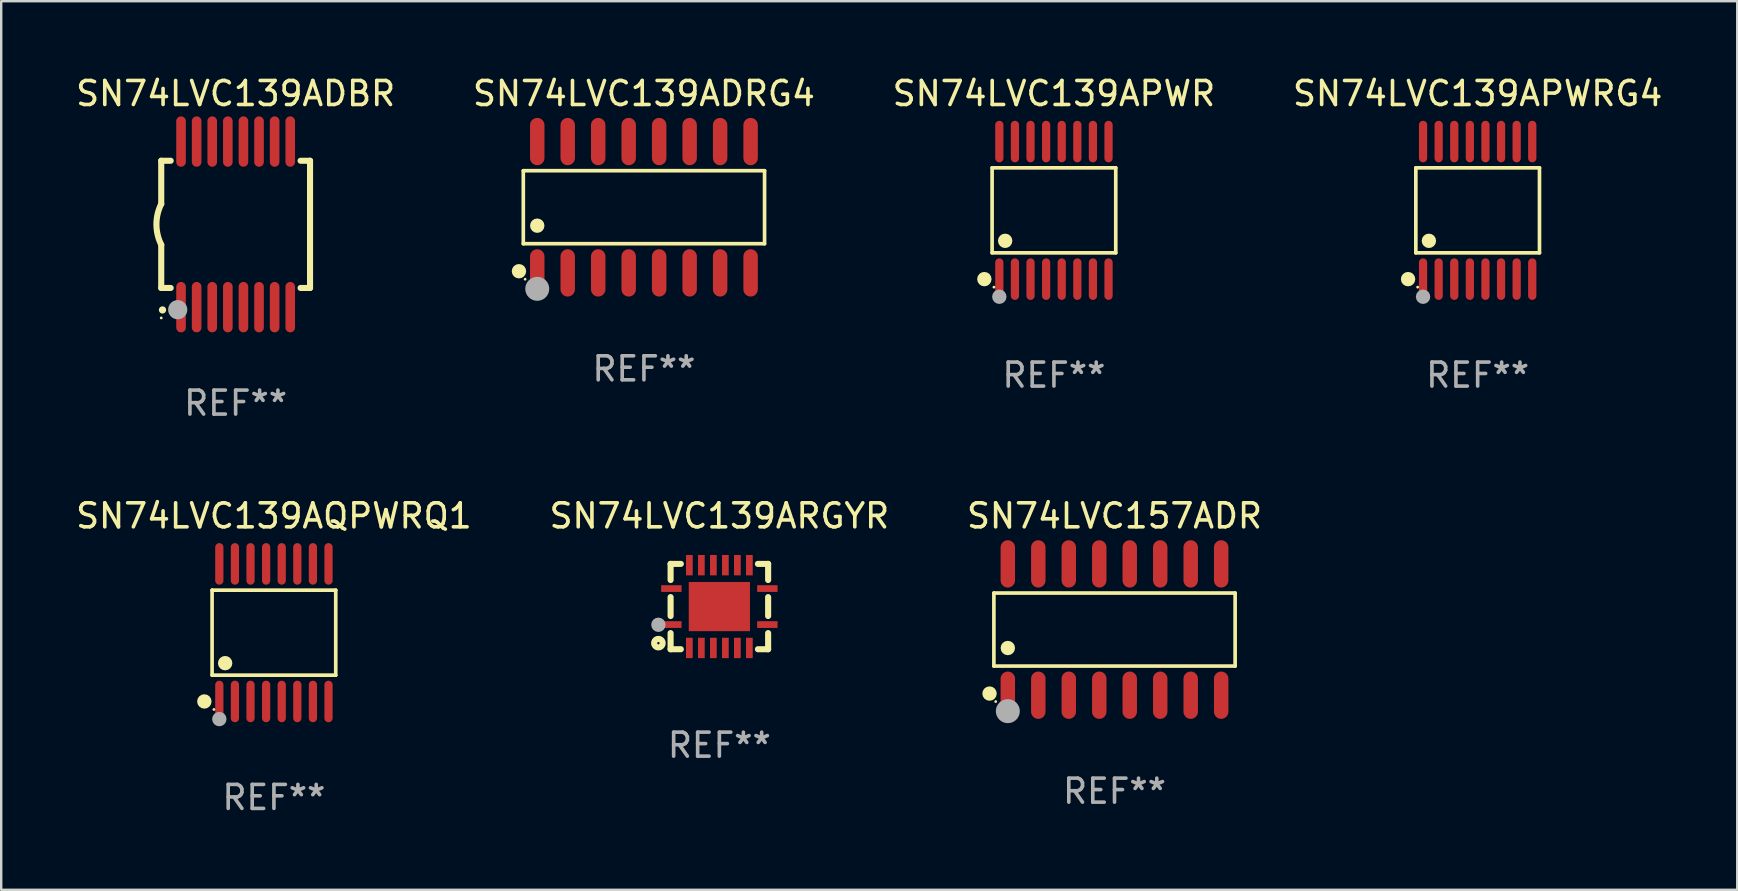
<source format=kicad_pcb>
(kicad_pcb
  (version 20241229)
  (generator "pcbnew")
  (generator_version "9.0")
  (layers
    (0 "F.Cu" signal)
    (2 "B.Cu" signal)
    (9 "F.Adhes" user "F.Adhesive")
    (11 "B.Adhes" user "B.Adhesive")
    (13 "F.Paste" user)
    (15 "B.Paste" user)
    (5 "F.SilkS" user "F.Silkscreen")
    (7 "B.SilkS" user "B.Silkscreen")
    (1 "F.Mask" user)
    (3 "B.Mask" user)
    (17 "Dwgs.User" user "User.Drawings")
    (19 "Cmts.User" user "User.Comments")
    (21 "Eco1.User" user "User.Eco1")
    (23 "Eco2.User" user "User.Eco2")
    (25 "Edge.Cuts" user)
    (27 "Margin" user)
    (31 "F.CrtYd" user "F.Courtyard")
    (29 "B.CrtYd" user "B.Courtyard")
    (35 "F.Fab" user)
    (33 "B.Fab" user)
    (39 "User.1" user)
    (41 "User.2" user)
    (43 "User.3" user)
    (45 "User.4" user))
  (footprint "SN74LVC157ADR"
    (layer "F.Cu")
    (at 43.387 23.181)
    (property "Reference" "SN74LVC157ADR" (at 0 -4.736 0) (layer "F.SilkS") (effects (font (size 1 1) (thickness 0.15))))
    (attr through_hole)
    (fp_line (start -5.026 -1.521) (end 5.026 -1.521) (stroke (width 0.152) (type solid)) (layer "F.SilkS"))
    (fp_line (start -5.026 1.521) (end -5.026 -1.521) (stroke (width 0.152) (type solid)) (layer "F.SilkS"))
    (fp_line (start 5.026 -1.521) (end 5.026 1.521) (stroke (width 0.152) (type solid)) (layer "F.SilkS"))
    (fp_line (start 5.026 1.521) (end -5.026 1.521) (stroke (width 0.152) (type solid)) (layer "F.SilkS"))
    (fp_circle (center -5.207 2.667) (end -5.057 2.667) (stroke (width 0.3) (type solid)) (fill no) (layer "F.SilkS"))
    (fp_circle (center -4.95 3) (end -4.92 3) (stroke (width 0.06) (type solid)) (fill no) (layer "F.SilkS"))
    (fp_circle (center -4.445 0.769) (end -4.295 0.769) (stroke (width 0.3) (type solid)) (fill no) (layer "F.SilkS"))
    (fp_circle (center -4.445 3.4) (end -4.195 3.4) (stroke (width 0.5) (type solid)) (fill no) (layer "F.Fab"))
    (fp_text user "REF**" (at 0 6.736 0) (layer "F.Fab") (effects (font (size 1 1) (thickness 0.15))))
    (pad "1" smd oval (at -4.445 2.736) (size 0.602 1.971) (layers "F.Cu" "F.Mask" "F.Paste"))
    (pad "2" smd oval (at -3.175 2.736) (size 0.602 1.971) (layers "F.Cu" "F.Mask" "F.Paste"))
    (pad "3" smd oval (at -1.905 2.736) (size 0.602 1.971) (layers "F.Cu" "F.Mask" "F.Paste"))
    (pad "4" smd oval (at -0.635 2.736) (size 0.602 1.971) (layers "F.Cu" "F.Mask" "F.Paste"))
    (pad "5" smd oval (at 0.635 2.736) (size 0.602 1.971) (layers "F.Cu" "F.Mask" "F.Paste"))
    (pad "6" smd oval (at 1.905 2.736) (size 0.602 1.971) (layers "F.Cu" "F.Mask" "F.Paste"))
    (pad "7" smd oval (at 3.175 2.736) (size 0.602 1.971) (layers "F.Cu" "F.Mask" "F.Paste"))
    (pad "8" smd oval (at 4.445 2.736) (size 0.602 1.971) (layers "F.Cu" "F.Mask" "F.Paste"))
    (pad "9" smd oval (at 4.445 -2.736) (size 0.602 1.971) (layers "F.Cu" "F.Mask" "F.Paste"))
    (pad "10" smd oval (at 3.175 -2.736) (size 0.602 1.971) (layers "F.Cu" "F.Mask" "F.Paste"))
    (pad "11" smd oval (at 1.905 -2.736) (size 0.602 1.971) (layers "F.Cu" "F.Mask" "F.Paste"))
    (pad "12" smd oval (at 0.635 -2.736) (size 0.602 1.971) (layers "F.Cu" "F.Mask" "F.Paste"))
    (pad "13" smd oval (at -0.635 -2.736) (size 0.602 1.971) (layers "F.Cu" "F.Mask" "F.Paste"))
    (pad "14" smd oval (at -1.905 -2.736) (size 0.602 1.971) (layers "F.Cu" "F.Mask" "F.Paste"))
    (pad "15" smd oval (at -3.175 -2.736) (size 0.602 1.971) (layers "F.Cu" "F.Mask" "F.Paste"))
    (pad "16" smd oval (at -4.445 -2.736) (size 0.602 1.971) (layers "F.Cu" "F.Mask" "F.Paste")))
  (footprint "SN74LVC139APWR"
    (layer "F.Cu")
    (at 40.863 5.714)
    (property "Reference" "SN74LVC139APWR" (at 0 -4.866 0) (layer "F.SilkS") (effects (font (size 1 1) (thickness 0.15))))
    (attr through_hole)
    (fp_line (start -2.576 -1.772) (end 2.576 -1.772) (stroke (width 0.152) (type solid)) (layer "F.SilkS"))
    (fp_line (start -2.576 1.771) (end -2.576 -1.772) (stroke (width 0.152) (type solid)) (layer "F.SilkS"))
    (fp_line (start 2.576 -1.772) (end 2.576 1.771) (stroke (width 0.152) (type solid)) (layer "F.SilkS"))
    (fp_line (start 2.576 1.771) (end -2.576 1.771) (stroke (width 0.152) (type solid)) (layer "F.SilkS"))
    (fp_circle (center -2.899 2.866) (end -2.749 2.866) (stroke (width 0.3) (type solid)) (fill no) (layer "F.SilkS"))
    (fp_circle (center -2.5 3.2) (end -2.47 3.2) (stroke (width 0.06) (type solid)) (fill no) (layer "F.SilkS"))
    (fp_circle (center -2.032 1.27) (end -1.882 1.27) (stroke (width 0.3) (type solid)) (fill no) (layer "F.SilkS"))
    (fp_circle (center -2.275 3.6) (end -2.125 3.6) (stroke (width 0.3) (type solid)) (fill no) (layer "F.Fab"))
    (fp_text user "REF**" (at 0 6.866 0) (layer "F.Fab") (effects (font (size 1 1) (thickness 0.15))))
    (pad "1" smd oval (at -2.275 2.866) (size 0.343 1.731) (layers "F.Cu" "F.Mask" "F.Paste"))
    (pad "2" smd oval (at -1.625 2.866) (size 0.343 1.731) (layers "F.Cu" "F.Mask" "F.Paste"))
    (pad "3" smd oval (at -0.975 2.866) (size 0.343 1.731) (layers "F.Cu" "F.Mask" "F.Paste"))
    (pad "4" smd oval (at -0.325 2.866) (size 0.343 1.731) (layers "F.Cu" "F.Mask" "F.Paste"))
    (pad "5" smd oval (at 0.325 2.866) (size 0.343 1.731) (layers "F.Cu" "F.Mask" "F.Paste"))
    (pad "6" smd oval (at 0.975 2.866) (size 0.343 1.731) (layers "F.Cu" "F.Mask" "F.Paste"))
    (pad "7" smd oval (at 1.625 2.866) (size 0.343 1.731) (layers "F.Cu" "F.Mask" "F.Paste"))
    (pad "8" smd oval (at 2.275 2.866) (size 0.343 1.731) (layers "F.Cu" "F.Mask" "F.Paste"))
    (pad "9" smd oval (at 2.275 -2.866) (size 0.343 1.731) (layers "F.Cu" "F.Mask" "F.Paste"))
    (pad "10" smd oval (at 1.625 -2.866) (size 0.343 1.731) (layers "F.Cu" "F.Mask" "F.Paste"))
    (pad "11" smd oval (at 0.975 -2.866) (size 0.343 1.731) (layers "F.Cu" "F.Mask" "F.Paste"))
    (pad "12" smd oval (at 0.325 -2.866) (size 0.343 1.731) (layers "F.Cu" "F.Mask" "F.Paste"))
    (pad "13" smd oval (at -0.325 -2.866) (size 0.343 1.731) (layers "F.Cu" "F.Mask" "F.Paste"))
    (pad "14" smd oval (at -0.975 -2.866) (size 0.343 1.731) (layers "F.Cu" "F.Mask" "F.Paste"))
    (pad "15" smd oval (at -1.625 -2.866) (size 0.343 1.731) (layers "F.Cu" "F.Mask" "F.Paste"))
    (pad "16" smd oval (at -2.275 -2.866) (size 0.343 1.731) (layers "F.Cu" "F.Mask" "F.Paste")))
  (footprint "SN74LVC139APWRG4"
    (layer "F.Cu")
    (at 58.518 5.714)
    (property "Reference" "SN74LVC139APWRG4" (at 0 -4.866 0) (layer "F.SilkS") (effects (font (size 1 1) (thickness 0.15))))
    (attr through_hole)
    (fp_line (start -2.576 -1.772) (end 2.576 -1.772) (stroke (width 0.152) (type solid)) (layer "F.SilkS"))
    (fp_line (start -2.576 1.771) (end -2.576 -1.772) (stroke (width 0.152) (type solid)) (layer "F.SilkS"))
    (fp_line (start 2.576 -1.772) (end 2.576 1.771) (stroke (width 0.152) (type solid)) (layer "F.SilkS"))
    (fp_line (start 2.576 1.771) (end -2.576 1.771) (stroke (width 0.152) (type solid)) (layer "F.SilkS"))
    (fp_circle (center -2.899 2.866) (end -2.749 2.866) (stroke (width 0.3) (type solid)) (fill no) (layer "F.SilkS"))
    (fp_circle (center -2.5 3.2) (end -2.47 3.2) (stroke (width 0.06) (type solid)) (fill no) (layer "F.SilkS"))
    (fp_circle (center -2.032 1.27) (end -1.882 1.27) (stroke (width 0.3) (type solid)) (fill no) (layer "F.SilkS"))
    (fp_circle (center -2.275 3.6) (end -2.125 3.6) (stroke (width 0.3) (type solid)) (fill no) (layer "F.Fab"))
    (fp_text user "REF**" (at 0 6.866 0) (layer "F.Fab") (effects (font (size 1 1) (thickness 0.15))))
    (pad "1" smd oval (at -2.275 2.866) (size 0.343 1.731) (layers "F.Cu" "F.Mask" "F.Paste"))
    (pad "2" smd oval (at -1.625 2.866) (size 0.343 1.731) (layers "F.Cu" "F.Mask" "F.Paste"))
    (pad "3" smd oval (at -0.975 2.866) (size 0.343 1.731) (layers "F.Cu" "F.Mask" "F.Paste"))
    (pad "4" smd oval (at -0.325 2.866) (size 0.343 1.731) (layers "F.Cu" "F.Mask" "F.Paste"))
    (pad "5" smd oval (at 0.325 2.866) (size 0.343 1.731) (layers "F.Cu" "F.Mask" "F.Paste"))
    (pad "6" smd oval (at 0.975 2.866) (size 0.343 1.731) (layers "F.Cu" "F.Mask" "F.Paste"))
    (pad "7" smd oval (at 1.625 2.866) (size 0.343 1.731) (layers "F.Cu" "F.Mask" "F.Paste"))
    (pad "8" smd oval (at 2.275 2.866) (size 0.343 1.731) (layers "F.Cu" "F.Mask" "F.Paste"))
    (pad "9" smd oval (at 2.275 -2.866) (size 0.343 1.731) (layers "F.Cu" "F.Mask" "F.Paste"))
    (pad "10" smd oval (at 1.625 -2.866) (size 0.343 1.731) (layers "F.Cu" "F.Mask" "F.Paste"))
    (pad "11" smd oval (at 0.975 -2.866) (size 0.343 1.731) (layers "F.Cu" "F.Mask" "F.Paste"))
    (pad "12" smd oval (at 0.325 -2.866) (size 0.343 1.731) (layers "F.Cu" "F.Mask" "F.Paste"))
    (pad "13" smd oval (at -0.325 -2.866) (size 0.343 1.731) (layers "F.Cu" "F.Mask" "F.Paste"))
    (pad "14" smd oval (at -0.975 -2.866) (size 0.343 1.731) (layers "F.Cu" "F.Mask" "F.Paste"))
    (pad "15" smd oval (at -1.625 -2.866) (size 0.343 1.731) (layers "F.Cu" "F.Mask" "F.Paste"))
    (pad "16" smd oval (at -2.275 -2.866) (size 0.343 1.731) (layers "F.Cu" "F.Mask" "F.Paste")))
  (footprint "SN74LVC139ADBR"
    (layer "F.Cu")
    (at 6.768 6.298)
    (property "Reference" "SN74LVC139ADBR" (at 0 -5.45 0) (layer "F.SilkS") (effects (font (size 1 1) (thickness 0.15))))
    (attr through_hole)
    (fp_line (start -3.1 -2.65) (end -3.1 -0.85) (stroke (width 0.254) (type solid)) (layer "F.SilkS"))
    (fp_line (start -3.1 -2.65) (end -2.706 -2.65) (stroke (width 0.254) (type solid)) (layer "F.SilkS"))
    (fp_line (start -3.1 2.65) (end -3.1 0.85) (stroke (width 0.254) (type solid)) (layer "F.SilkS"))
    (fp_line (start -3.1 2.65) (end -2.706 2.65) (stroke (width 0.254) (type solid)) (layer "F.SilkS"))
    (fp_line (start 2.706 -2.65) (end 3.1 -2.65) (stroke (width 0.254) (type solid)) (layer "F.SilkS"))
    (fp_line (start 2.706 2.65) (end 3.1 2.65) (stroke (width 0.254) (type solid)) (layer "F.SilkS"))
    (fp_line (start 3.1 -2.65) (end 3.1 2.65) (stroke (width 0.254) (type solid)) (layer "F.SilkS"))
    (fp_arc (start -3.098907 0.850902) (mid -3.300057 0.000523) (end -3.1 -0.850114) (stroke (width 0.254001) (type solid)) (layer "F.SilkS"))
    (fp_arc (start -3.048006 3.566066) (mid -3.046736 3.566061) (end -3.045466 3.566066) (stroke (width 0.3) (type solid)) (layer "F.SilkS"))
    (fp_circle (center -3.1 3.9) (end -3.07 3.9) (stroke (width 0.06) (type solid)) (fill no) (layer "F.SilkS"))
    (fp_circle (center -2.413 3.556) (end -2.213 3.556) (stroke (width 0.4) (type solid)) (fill no) (layer "F.Fab"))
    (fp_text user "REF**" (at 0 7.45 0) (layer "F.Fab") (effects (font (size 1 1) (thickness 0.15))))
    (pad "1" smd oval (at -2.275 3.45 180) (size 0.4 2.1) (layers "F.Cu" "F.Mask" "F.Paste"))
    (pad "2" smd oval (at -1.625 3.45 180) (size 0.4 2.1) (layers "F.Cu" "F.Mask" "F.Paste"))
    (pad "3" smd oval (at -0.975 3.45 180) (size 0.4 2.1) (layers "F.Cu" "F.Mask" "F.Paste"))
    (pad "4" smd oval (at -0.325 3.45 180) (size 0.4 2.1) (layers "F.Cu" "F.Mask" "F.Paste"))
    (pad "5" smd oval (at 0.325 3.45 180) (size 0.4 2.1) (layers "F.Cu" "F.Mask" "F.Paste"))
    (pad "6" smd oval (at 0.975 3.45 180) (size 0.4 2.1) (layers "F.Cu" "F.Mask" "F.Paste"))
    (pad "7" smd oval (at 1.625 3.45 180) (size 0.4 2.1) (layers "F.Cu" "F.Mask" "F.Paste"))
    (pad "8" smd oval (at 2.275 3.45 180) (size 0.4 2.1) (layers "F.Cu" "F.Mask" "F.Paste"))
    (pad "9" smd oval (at 2.275 -3.45 180) (size 0.4 2.1) (layers "F.Cu" "F.Mask" "F.Paste"))
    (pad "10" smd oval (at 1.625 -3.45 180) (size 0.4 2.1) (layers "F.Cu" "F.Mask" "F.Paste"))
    (pad "11" smd oval (at 0.975 -3.45 180) (size 0.4 2.1) (layers "F.Cu" "F.Mask" "F.Paste"))
    (pad "12" smd oval (at 0.325 -3.45 180) (size 0.4 2.1) (layers "F.Cu" "F.Mask" "F.Paste"))
    (pad "13" smd oval (at -0.325 -3.45 180) (size 0.4 2.1) (layers "F.Cu" "F.Mask" "F.Paste"))
    (pad "14" smd oval (at -0.975 -3.45 180) (size 0.4 2.1) (layers "F.Cu" "F.Mask" "F.Paste"))
    (pad "15" smd oval (at -1.625 -3.45 180) (size 0.4 2.1) (layers "F.Cu" "F.Mask" "F.Paste"))
    (pad "16" smd oval (at -2.275 -3.45 180) (size 0.4 2.1) (layers "F.Cu" "F.Mask" "F.Paste")))
  (footprint "SN74LVC139ARGYR"
    (layer "F.Cu")
    (at 26.923 22.223)
    (property "Reference" "SN74LVC139ARGYR" (at 0 -3.778 0) (layer "F.SilkS") (effects (font (size 1 1) (thickness 0.15))))
    (attr through_hole)
    (fp_line (start -2.032 -1.778) (end -2.032 -1.106) (stroke (width 0.254) (type solid)) (layer "F.SilkS"))
    (fp_line (start -2.032 -0.394) (end -2.032 0.394) (stroke (width 0.254) (type solid)) (layer "F.SilkS"))
    (fp_line (start -2.032 1.106) (end -2.032 1.778) (stroke (width 0.254) (type solid)) (layer "F.SilkS"))
    (fp_line (start -2.032 1.778) (end -1.606 1.778) (stroke (width 0.254) (type solid)) (layer "F.SilkS"))
    (fp_line (start -1.606 -1.778) (end -2.032 -1.778) (stroke (width 0.254) (type solid)) (layer "F.SilkS"))
    (fp_line (start 1.606 1.778) (end 2.032 1.778) (stroke (width 0.254) (type solid)) (layer "F.SilkS"))
    (fp_line (start 2.032 -1.778) (end 1.606 -1.778) (stroke (width 0.254) (type solid)) (layer "F.SilkS"))
    (fp_line (start 2.032 -1.106) (end 2.032 -1.778) (stroke (width 0.254) (type solid)) (layer "F.SilkS"))
    (fp_line (start 2.032 0.394) (end 2.032 -0.394) (stroke (width 0.254) (type solid)) (layer "F.SilkS"))
    (fp_line (start 2.032 1.778) (end 2.032 1.106) (stroke (width 0.254) (type solid)) (layer "F.SilkS"))
    (fp_circle (center -2.54 1.524) (end -2.363 1.524) (stroke (width 0.254) (type solid)) (fill no) (layer "F.SilkS"))
    (fp_circle (center -2.002 1.752) (end -1.952 1.752) (stroke (width 0.1) (type solid)) (fill no) (layer "F.SilkS"))
    (fp_circle (center -2.54 0.759) (end -2.39 0.759) (stroke (width 0.3) (type solid)) (fill no) (layer "F.Fab"))
    (fp_text user "REF**" (at 0 5.778 0) (layer "F.Fab") (effects (font (size 1 1) (thickness 0.15))))
    (pad "1" smd rect (at -2 0.75 90) (size 0.28 0.85) (layers "F.Cu" "F.Mask" "F.Paste"))
    (pad "2" smd rect (at -1.25 1.725 180) (size 0.28 0.85) (layers "F.Cu" "F.Mask" "F.Paste"))
    (pad "3" smd rect (at -0.75 1.725 180) (size 0.28 0.85) (layers "F.Cu" "F.Mask" "F.Paste"))
    (pad "4" smd rect (at -0.25 1.725 180) (size 0.28 0.85) (layers "F.Cu" "F.Mask" "F.Paste"))
    (pad "5" smd rect (at 0.25 1.725 180) (size 0.28 0.85) (layers "F.Cu" "F.Mask" "F.Paste"))
    (pad "6" smd rect (at 0.75 1.725 180) (size 0.28 0.85) (layers "F.Cu" "F.Mask" "F.Paste"))
    (pad "7" smd rect (at 1.25 1.725 180) (size 0.28 0.85) (layers "F.Cu" "F.Mask" "F.Paste"))
    (pad "8" smd rect (at 2 0.75 270) (size 0.28 0.85) (layers "F.Cu" "F.Mask" "F.Paste"))
    (pad "9" smd rect (at 2 -0.75 270) (size 0.28 0.85) (layers "F.Cu" "F.Mask" "F.Paste"))
    (pad "10" smd rect (at 1.25 -1.725) (size 0.28 0.85) (layers "F.Cu" "F.Mask" "F.Paste"))
    (pad "11" smd rect (at 0.75 -1.725) (size 0.28 0.85) (layers "F.Cu" "F.Mask" "F.Paste"))
    (pad "12" smd rect (at 0.25 -1.725) (size 0.28 0.85) (layers "F.Cu" "F.Mask" "F.Paste"))
    (pad "13" smd rect (at -0.25 -1.725) (size 0.28 0.85) (layers "F.Cu" "F.Mask" "F.Paste"))
    (pad "14" smd rect (at -0.75 -1.725) (size 0.28 0.85) (layers "F.Cu" "F.Mask" "F.Paste"))
    (pad "15" smd rect (at -1.25 -1.725) (size 0.28 0.85) (layers "F.Cu" "F.Mask" "F.Paste"))
    (pad "16" smd rect (at -2 -0.75 90) (size 0.28 0.85) (layers "F.Cu" "F.Mask" "F.Paste"))
    (pad "17" smd rect (at 0.000051 0 270) (size 2.05 2.55) (layers "F.Cu" "F.Mask" "F.Paste")))
  (footprint "SN74LVC139AQPWRQ1"
    (layer "F.Cu")
    (at 8.363 23.311)
    (property "Reference" "SN74LVC139AQPWRQ1" (at 0 -4.866 0) (layer "F.SilkS") (effects (font (size 1 1) (thickness 0.15))))
    (attr through_hole)
    (fp_line (start -2.576 -1.772) (end 2.576 -1.772) (stroke (width 0.152) (type solid)) (layer "F.SilkS"))
    (fp_line (start -2.576 1.771) (end -2.576 -1.772) (stroke (width 0.152) (type solid)) (layer "F.SilkS"))
    (fp_line (start 2.576 -1.772) (end 2.576 1.771) (stroke (width 0.152) (type solid)) (layer "F.SilkS"))
    (fp_line (start 2.576 1.771) (end -2.576 1.771) (stroke (width 0.152) (type solid)) (layer "F.SilkS"))
    (fp_circle (center -2.899 2.866) (end -2.749 2.866) (stroke (width 0.3) (type solid)) (fill no) (layer "F.SilkS"))
    (fp_circle (center -2.5 3.2) (end -2.47 3.2) (stroke (width 0.06) (type solid)) (fill no) (layer "F.SilkS"))
    (fp_circle (center -2.032 1.27) (end -1.882 1.27) (stroke (width 0.3) (type solid)) (fill no) (layer "F.SilkS"))
    (fp_circle (center -2.275 3.6) (end -2.125 3.6) (stroke (width 0.3) (type solid)) (fill no) (layer "F.Fab"))
    (fp_text user "REF**" (at 0 6.866 0) (layer "F.Fab") (effects (font (size 1 1) (thickness 0.15))))
    (pad "1" smd oval (at -2.275 2.866) (size 0.343 1.731) (layers "F.Cu" "F.Mask" "F.Paste"))
    (pad "2" smd oval (at -1.625 2.866) (size 0.343 1.731) (layers "F.Cu" "F.Mask" "F.Paste"))
    (pad "3" smd oval (at -0.975 2.866) (size 0.343 1.731) (layers "F.Cu" "F.Mask" "F.Paste"))
    (pad "4" smd oval (at -0.325 2.866) (size 0.343 1.731) (layers "F.Cu" "F.Mask" "F.Paste"))
    (pad "5" smd oval (at 0.325 2.866) (size 0.343 1.731) (layers "F.Cu" "F.Mask" "F.Paste"))
    (pad "6" smd oval (at 0.975 2.866) (size 0.343 1.731) (layers "F.Cu" "F.Mask" "F.Paste"))
    (pad "7" smd oval (at 1.625 2.866) (size 0.343 1.731) (layers "F.Cu" "F.Mask" "F.Paste"))
    (pad "8" smd oval (at 2.275 2.866) (size 0.343 1.731) (layers "F.Cu" "F.Mask" "F.Paste"))
    (pad "9" smd oval (at 2.275 -2.866) (size 0.343 1.731) (layers "F.Cu" "F.Mask" "F.Paste"))
    (pad "10" smd oval (at 1.625 -2.866) (size 0.343 1.731) (layers "F.Cu" "F.Mask" "F.Paste"))
    (pad "11" smd oval (at 0.975 -2.866) (size 0.343 1.731) (layers "F.Cu" "F.Mask" "F.Paste"))
    (pad "12" smd oval (at 0.325 -2.866) (size 0.343 1.731) (layers "F.Cu" "F.Mask" "F.Paste"))
    (pad "13" smd oval (at -0.325 -2.866) (size 0.343 1.731) (layers "F.Cu" "F.Mask" "F.Paste"))
    (pad "14" smd oval (at -0.975 -2.866) (size 0.343 1.731) (layers "F.Cu" "F.Mask" "F.Paste"))
    (pad "15" smd oval (at -1.625 -2.866) (size 0.343 1.731) (layers "F.Cu" "F.Mask" "F.Paste"))
    (pad "16" smd oval (at -2.275 -2.866) (size 0.343 1.731) (layers "F.Cu" "F.Mask" "F.Paste")))
  (footprint "SN74LVC139ADRG4"
    (layer "F.Cu")
    (at 23.78 5.584)
    (property "Reference" "SN74LVC139ADRG4" (at 0 -4.736 0) (layer "F.SilkS") (effects (font (size 1 1) (thickness 0.15))))
    (attr through_hole)
    (fp_line (start -5.026 -1.521) (end 5.026 -1.521) (stroke (width 0.152) (type solid)) (layer "F.SilkS"))
    (fp_line (start -5.026 1.521) (end -5.026 -1.521) (stroke (width 0.152) (type solid)) (layer "F.SilkS"))
    (fp_line (start 5.026 -1.521) (end 5.026 1.521) (stroke (width 0.152) (type solid)) (layer "F.SilkS"))
    (fp_line (start 5.026 1.521) (end -5.026 1.521) (stroke (width 0.152) (type solid)) (layer "F.SilkS"))
    (fp_circle (center -5.207 2.667) (end -5.057 2.667) (stroke (width 0.3) (type solid)) (fill no) (layer "F.SilkS"))
    (fp_circle (center -4.95 3) (end -4.92 3) (stroke (width 0.06) (type solid)) (fill no) (layer "F.SilkS"))
    (fp_circle (center -4.445 0.769) (end -4.295 0.769) (stroke (width 0.3) (type solid)) (fill no) (layer "F.SilkS"))
    (fp_circle (center -4.445 3.4) (end -4.195 3.4) (stroke (width 0.5) (type solid)) (fill no) (layer "F.Fab"))
    (fp_text user "REF**" (at 0 6.736 0) (layer "F.Fab") (effects (font (size 1 1) (thickness 0.15))))
    (pad "1" smd oval (at -4.445 2.736) (size 0.602 1.971) (layers "F.Cu" "F.Mask" "F.Paste"))
    (pad "2" smd oval (at -3.175 2.736) (size 0.602 1.971) (layers "F.Cu" "F.Mask" "F.Paste"))
    (pad "3" smd oval (at -1.905 2.736) (size 0.602 1.971) (layers "F.Cu" "F.Mask" "F.Paste"))
    (pad "4" smd oval (at -0.635 2.736) (size 0.602 1.971) (layers "F.Cu" "F.Mask" "F.Paste"))
    (pad "5" smd oval (at 0.635 2.736) (size 0.602 1.971) (layers "F.Cu" "F.Mask" "F.Paste"))
    (pad "6" smd oval (at 1.905 2.736) (size 0.602 1.971) (layers "F.Cu" "F.Mask" "F.Paste"))
    (pad "7" smd oval (at 3.175 2.736) (size 0.602 1.971) (layers "F.Cu" "F.Mask" "F.Paste"))
    (pad "8" smd oval (at 4.445 2.736) (size 0.602 1.971) (layers "F.Cu" "F.Mask" "F.Paste"))
    (pad "9" smd oval (at 4.445 -2.736) (size 0.602 1.971) (layers "F.Cu" "F.Mask" "F.Paste"))
    (pad "10" smd oval (at 3.175 -2.736) (size 0.602 1.971) (layers "F.Cu" "F.Mask" "F.Paste"))
    (pad "11" smd oval (at 1.905 -2.736) (size 0.602 1.971) (layers "F.Cu" "F.Mask" "F.Paste"))
    (pad "12" smd oval (at 0.635 -2.736) (size 0.602 1.971) (layers "F.Cu" "F.Mask" "F.Paste"))
    (pad "13" smd oval (at -0.635 -2.736) (size 0.602 1.971) (layers "F.Cu" "F.Mask" "F.Paste"))
    (pad "14" smd oval (at -1.905 -2.736) (size 0.602 1.971) (layers "F.Cu" "F.Mask" "F.Paste"))
    (pad "15" smd oval (at -3.175 -2.736) (size 0.602 1.971) (layers "F.Cu" "F.Mask" "F.Paste"))
    (pad "16" smd oval (at -4.445 -2.736) (size 0.602 1.971) (layers "F.Cu" "F.Mask" "F.Paste")))
  (gr_rect
    (start -3 -3)
    (end 69.333 34.025)
    (stroke (width 0.1) (type default))
    (fill no)
    (layer "Edge.Cuts")))
</source>
